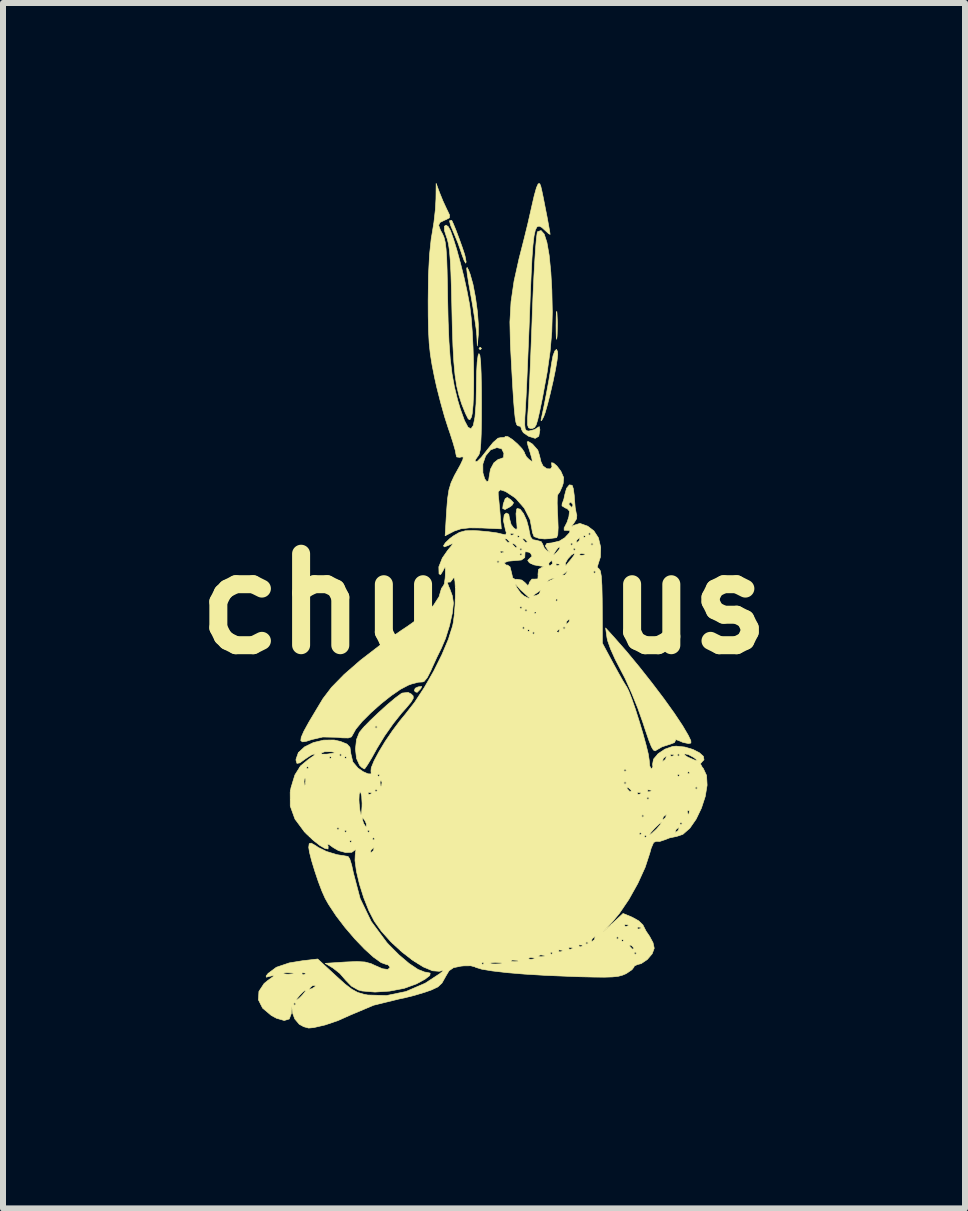
<source format=kicad_pcb>
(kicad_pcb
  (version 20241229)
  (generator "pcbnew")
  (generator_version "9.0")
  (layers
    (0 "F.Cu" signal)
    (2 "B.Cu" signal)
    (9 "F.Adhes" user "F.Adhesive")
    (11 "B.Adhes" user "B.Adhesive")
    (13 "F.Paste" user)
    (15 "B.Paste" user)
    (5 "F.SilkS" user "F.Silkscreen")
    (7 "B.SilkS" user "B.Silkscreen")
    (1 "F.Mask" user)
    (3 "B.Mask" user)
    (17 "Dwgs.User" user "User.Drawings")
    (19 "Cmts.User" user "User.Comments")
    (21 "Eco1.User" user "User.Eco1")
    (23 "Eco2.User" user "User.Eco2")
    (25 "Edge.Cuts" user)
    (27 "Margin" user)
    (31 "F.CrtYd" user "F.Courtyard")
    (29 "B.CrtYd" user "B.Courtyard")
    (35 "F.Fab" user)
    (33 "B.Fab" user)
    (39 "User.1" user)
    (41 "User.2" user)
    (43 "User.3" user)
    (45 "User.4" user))
  (footprint "chungus"
    (layer "F.Cu")
    (at 5.015 7.011)
    (property "Reference" "chungus" (at 0 0 0) (layer "F.SilkS") (effects (font (size 1.524 1.524) (thickness 0.3))))
    (attr through_hole)
    (fp_poly (pts (xy -0.042 -4.255) (xy -0.064 -4.233) (xy -0.085 -4.255) (xy -0.064 -4.276) (xy -0.042 -4.255)) (stroke (width 0.01) (type solid)) (fill yes) (layer "F.SilkS"))
    (fp_poly (pts (xy -1.051 1.408) (xy -1.061 1.421) (xy -1.114 1.475) (xy -1.146 1.466) (xy -1.161 1.444) (xy -1.146 1.406) (xy -1.098 1.384) (xy -1.039 1.376) (xy -1.051 1.408)) (stroke (width 0.01) (type solid)) (fill yes) (layer "F.SilkS"))
    (fp_poly (pts (xy 0.445 -1.735) (xy 0.447 -1.733) (xy 0.492 -1.684) (xy 0.468 -1.643) (xy 0.44 -1.621) (xy 0.35 -1.571) (xy 0.311 -1.588) (xy 0.32 -1.662) (xy 0.353 -1.752) (xy 0.388 -1.773) (xy 0.445 -1.735)) (stroke (width 0.01) (type solid)) (fill yes) (layer "F.SilkS"))
    (fp_poly (pts (xy 1.216 -4.838) (xy 1.223 -4.678) (xy 1.219 -4.501) (xy 1.217 -4.457) (xy 1.21 -4.407) (xy 1.204 -4.435) (xy 1.201 -4.532) (xy 1.2 -4.636) (xy 1.202 -4.779) (xy 1.206 -4.861) (xy 1.212 -4.873) (xy 1.216 -4.838)) (stroke (width 0.01) (type solid)) (fill yes) (layer "F.SilkS"))
    (fp_poly (pts (xy -0.258 -5.561) (xy -0.232 -5.493) (xy -0.184 -5.323) (xy -0.142 -5.103) (xy -0.11 -4.867) (xy -0.094 -4.647) (xy -0.095 -4.487) (xy -0.112 -4.297) (xy -0.12 -4.466) (xy -0.131 -4.579) (xy -0.155 -4.748) (xy -0.186 -4.949) (xy -0.212 -5.098) (xy -0.255 -5.337) (xy -0.28 -5.499) (xy -0.289 -5.587) (xy -0.282 -5.606) (xy -0.258 -5.561)) (stroke (width 0.01) (type solid)) (fill yes) (layer "F.SilkS"))
    (fp_poly (pts (xy -0.51 -6.329) (xy -0.464 -6.216) (xy -0.412 -6.077) (xy -0.362 -5.938) (xy -0.325 -5.827) (xy -0.315 -5.789) (xy -0.298 -5.696) (xy -0.306 -5.676) (xy -0.332 -5.721) (xy -0.37 -5.825) (xy -0.379 -5.853) (xy -0.435 -6.014) (xy -0.502 -6.176) (xy -0.512 -6.199) (xy -0.556 -6.304) (xy -0.574 -6.374) (xy -0.571 -6.386) (xy -0.538 -6.389) (xy -0.51 -6.329)) (stroke (width 0.01) (type solid)) (fill yes) (layer "F.SilkS"))
    (fp_poly (pts (xy 1.225 -4.203) (xy 1.228 -4.155) (xy 1.217 -4.056) (xy 1.19 -3.899) (xy 1.151 -3.709) (xy 1.105 -3.51) (xy 1.059 -3.327) (xy 1.018 -3.184) (xy 0.994 -3.118) (xy 0.959 -3.053) (xy 0.949 -3.054) (xy 0.951 -3.069) (xy 0.994 -3.269) (xy 1.039 -3.499) (xy 1.081 -3.728) (xy 1.113 -3.924) (xy 1.126 -4.011) (xy 1.149 -4.133) (xy 1.179 -4.213) (xy 1.207 -4.24) (xy 1.225 -4.203)) (stroke (width 0.01) (type solid)) (fill yes) (layer "F.SilkS"))
    (fp_poly (pts (xy -1.214 1.502) (xy -1.181 1.534) (xy -1.179 1.574) (xy -1.215 1.636) (xy -1.297 1.735) (xy -1.374 1.821) (xy -1.511 1.993) (xy -1.656 2.199) (xy -1.778 2.399) (xy -1.789 2.418) (xy -1.871 2.566) (xy -1.94 2.68) (xy -1.985 2.744) (xy -1.995 2.752) (xy -2.041 2.723) (xy -2.074 2.689) (xy -2.125 2.575) (xy -2.142 2.42) (xy -2.125 2.262) (xy -2.078 2.144) (xy -2.01 2.061) (xy -2.002 2.053) (xy -1.82 2.053) (xy -1.799 2.074) (xy -1.778 2.053) (xy -1.799 2.032) (xy -1.82 2.053) (xy -2.002 2.053) (xy -1.896 1.944) (xy -1.756 1.811) (xy -1.611 1.68) (xy -1.479 1.569) (xy -1.38 1.496) (xy -1.364 1.487) (xy -1.265 1.476) (xy -1.214 1.502)) (stroke (width 0.01) (type solid)) (fill yes) (layer "F.SilkS"))
    (fp_poly (pts (xy 1.003 -6.16) (xy 1.048 -6.021) (xy 1.085 -5.809) (xy 1.113 -5.526) (xy 1.13 -5.228) (xy 1.138 -4.863) (xy 1.129 -4.531) (xy 1.101 -4.206) (xy 1.052 -3.859) (xy 0.979 -3.462) (xy 0.969 -3.41) (xy 0.926 -3.203) (xy 0.894 -3.064) (xy 0.868 -2.98) (xy 0.841 -2.938) (xy 0.808 -2.923) (xy 0.776 -2.921) (xy 0.741 -2.934) (xy 0.725 -2.983) (xy 0.725 -3.086) (xy 0.733 -3.207) (xy 0.741 -3.321) (xy 0.75 -3.507) (xy 0.762 -3.75) (xy 0.774 -4.039) (xy 0.787 -4.36) (xy 0.8 -4.7) (xy 0.804 -4.826) (xy 0.817 -5.155) (xy 0.831 -5.456) (xy 0.846 -5.721) (xy 0.86 -5.937) (xy 0.874 -6.095) (xy 0.886 -6.184) (xy 0.891 -6.2) (xy 0.95 -6.22) (xy 1.003 -6.16)) (stroke (width 0.01) (type solid)) (fill yes) (layer "F.SilkS"))
    (fp_poly (pts (xy 2.18 0.572) (xy 2.379 0.799) (xy 2.589 1.053) (xy 2.798 1.318) (xy 2.996 1.579) (xy 3.17 1.822) (xy 3.309 2.031) (xy 3.403 2.191) (xy 3.446 2.281) (xy 3.447 2.32) (xy 3.407 2.328) (xy 3.406 2.328) (xy 3.315 2.309) (xy 3.252 2.282) (xy 3.195 2.261) (xy 3.19 2.277) (xy 3.172 2.312) (xy 3.094 2.342) (xy 3.082 2.345) (xy 2.965 2.383) (xy 2.881 2.432) (xy 2.851 2.45) (xy 2.822 2.436) (xy 2.789 2.381) (xy 2.746 2.273) (xy 2.687 2.1) (xy 2.648 1.981) (xy 2.562 1.738) (xy 2.458 1.482) (xy 2.352 1.246) (xy 2.276 1.1) (xy 2.184 0.922) (xy 2.108 0.752) (xy 2.06 0.616) (xy 2.049 0.567) (xy 2.026 0.402) (xy 2.18 0.572)) (stroke (width 0.01) (type solid)) (fill yes) (layer "F.SilkS"))
    (fp_poly (pts (xy -0.596 -6.284) (xy -0.558 -6.214) (xy -0.509 -6.077) (xy -0.452 -5.893) (xy -0.393 -5.676) (xy -0.335 -5.446) (xy -0.285 -5.218) (xy -0.245 -5.01) (xy -0.236 -4.953) (xy -0.214 -4.764) (xy -0.196 -4.533) (xy -0.183 -4.275) (xy -0.175 -4.007) (xy -0.172 -3.746) (xy -0.174 -3.509) (xy -0.183 -3.311) (xy -0.197 -3.169) (xy -0.21 -3.111) (xy -0.236 -3.067) (xy -0.263 -3.081) (xy -0.304 -3.163) (xy -0.314 -3.185) (xy -0.373 -3.332) (xy -0.419 -3.477) (xy -0.456 -3.633) (xy -0.483 -3.812) (xy -0.503 -4.029) (xy -0.518 -4.295) (xy -0.529 -4.624) (xy -0.535 -4.889) (xy -0.543 -5.24) (xy -0.552 -5.516) (xy -0.563 -5.728) (xy -0.576 -5.886) (xy -0.593 -6) (xy -0.613 -6.081) (xy -0.623 -6.107) (xy -0.659 -6.218) (xy -0.661 -6.291) (xy -0.633 -6.31) (xy -0.596 -6.284)) (stroke (width 0.01) (type solid)) (fill yes) (layer "F.SilkS"))
    (fp_poly (pts (xy -2.803 4.031) (xy -2.761 4.06) (xy -2.629 4.125) (xy -2.452 4.179) (xy -2.269 4.209) (xy -2.266 4.209) (xy -2.238 4.249) (xy -2.206 4.351) (xy -2.176 4.487) (xy -2.064 4.912) (xy -1.88 5.293) (xy -1.621 5.642) (xy -1.593 5.673) (xy -1.418 5.849) (xy -1.248 5.993) (xy -1.1 6.092) (xy -0.986 6.137) (xy -0.967 6.138) (xy -0.897 6.153) (xy -0.904 6.193) (xy -0.984 6.255) (xy -1.125 6.332) (xy -1.331 6.407) (xy -1.573 6.453) (xy -1.817 6.469) (xy -2.031 6.451) (xy -2.095 6.434) (xy -2.209 6.37) (xy -2.304 6.272) (xy -2.305 6.271) (xy -2.402 6.159) (xy -2.516 6.069) (xy -2.646 5.99) (xy -2.307 5.968) (xy -2.117 5.96) (xy -1.984 5.968) (xy -1.883 5.995) (xy -1.828 6.021) (xy -1.693 6.08) (xy -1.602 6.093) (xy -1.566 6.057) (xy -1.566 6.054) (xy -1.6 6.015) (xy -1.624 6.011) (xy -1.715 5.978) (xy -1.842 5.887) (xy -1.992 5.751) (xy -2.153 5.583) (xy -2.315 5.394) (xy -2.464 5.199) (xy -2.59 5.009) (xy -2.648 4.906) (xy -2.701 4.787) (xy -2.762 4.626) (xy -2.822 4.447) (xy -2.874 4.276) (xy -2.909 4.136) (xy -2.921 4.058) (xy -2.913 3.996) (xy -2.88 3.987) (xy -2.803 4.031)) (stroke (width 0.01) (type solid)) (fill yes) (layer "F.SilkS"))
    (fp_poly (pts (xy 0.945 -6.96) (xy 0.961 -6.893) (xy 0.987 -6.77) (xy 1.017 -6.616) (xy 1.049 -6.454) (xy 1.076 -6.307) (xy 1.095 -6.199) (xy 1.101 -6.155) (xy 1.075 -6.169) (xy 1.013 -6.226) (xy 1.011 -6.228) (xy 0.96 -6.274) (xy 0.917 -6.294) (xy 0.883 -6.281) (xy 0.855 -6.229) (xy 0.833 -6.129) (xy 0.815 -5.976) (xy 0.799 -5.761) (xy 0.785 -5.479) (xy 0.77 -5.122) (xy 0.764 -4.953) (xy 0.751 -4.612) (xy 0.737 -4.276) (xy 0.724 -3.961) (xy 0.712 -3.683) (xy 0.701 -3.458) (xy 0.692 -3.3) (xy 0.692 -3.291) (xy 0.68 -3.102) (xy 0.678 -2.982) (xy 0.686 -2.915) (xy 0.707 -2.885) (xy 0.742 -2.879) (xy 0.747 -2.879) (xy 0.843 -2.903) (xy 0.881 -2.929) (xy 0.92 -2.953) (xy 0.931 -2.901) (xy 0.931 -2.898) (xy 0.912 -2.792) (xy 0.853 -2.757) (xy 0.745 -2.791) (xy 0.738 -2.795) (xy 0.655 -2.852) (xy 0.624 -2.906) (xy 0.625 -2.912) (xy 0.608 -2.957) (xy 0.58 -2.963) (xy 0.561 -2.967) (xy 0.545 -2.985) (xy 0.531 -3.026) (xy 0.519 -3.097) (xy 0.507 -3.208) (xy 0.494 -3.367) (xy 0.48 -3.582) (xy 0.464 -3.862) (xy 0.445 -4.217) (xy 0.439 -4.332) (xy 0.431 -4.696) (xy 0.45 -5.034) (xy 0.5 -5.376) (xy 0.584 -5.754) (xy 0.612 -5.863) (xy 0.669 -6.087) (xy 0.729 -6.331) (xy 0.779 -6.55) (xy 0.786 -6.583) (xy 0.835 -6.796) (xy 0.873 -6.933) (xy 0.903 -6.999) (xy 0.928 -7.001) (xy 0.945 -6.96)) (stroke (width 0.01) (type solid)) (fill yes) (layer "F.SilkS"))
    (fp_poly (pts (xy -0.742 -6.854) (xy -0.683 -6.709) (xy -0.619 -6.571) (xy -0.617 -6.568) (xy -0.574 -6.477) (xy -0.578 -6.431) (xy -0.634 -6.401) (xy -0.655 -6.393) (xy -0.733 -6.355) (xy -0.756 -6.308) (xy -0.727 -6.227) (xy -0.69 -6.16) (xy -0.666 -6.103) (xy -0.647 -6.026) (xy -0.633 -5.916) (xy -0.622 -5.761) (xy -0.615 -5.55) (xy -0.609 -5.271) (xy -0.607 -5.122) (xy -0.598 -4.71) (xy -0.584 -4.367) (xy -0.563 -4.079) (xy -0.533 -3.831) (xy -0.492 -3.607) (xy -0.439 -3.393) (xy -0.396 -3.249) (xy -0.326 -3.054) (xy -0.267 -2.943) (xy -0.218 -2.916) (xy -0.179 -2.972) (xy -0.151 -3.111) (xy -0.133 -3.332) (xy -0.127 -3.637) (xy -0.127 -3.665) (xy -0.123 -3.867) (xy -0.114 -4.03) (xy -0.099 -4.136) (xy -0.085 -4.17) (xy -0.069 -4.139) (xy -0.056 -4.025) (xy -0.048 -3.831) (xy -0.043 -3.558) (xy -0.042 -3.352) (xy -0.043 -3.055) (xy -0.047 -2.831) (xy -0.054 -2.671) (xy -0.064 -2.562) (xy -0.08 -2.496) (xy -0.101 -2.46) (xy -0.105 -2.456) (xy -0.147 -2.395) (xy -0.144 -2.364) (xy -0.11 -2.376) (xy -0.043 -2.443) (xy 0.043 -2.552) (xy 0.047 -2.558) (xy 0.152 -2.689) (xy 0.233 -2.76) (xy 0.272 -2.768) (xy 0.339 -2.773) (xy 0.357 -2.789) (xy 0.397 -2.786) (xy 0.471 -2.739) (xy 0.556 -2.666) (xy 0.631 -2.587) (xy 0.674 -2.522) (xy 0.677 -2.506) (xy 0.707 -2.449) (xy 0.748 -2.408) (xy 0.786 -2.378) (xy 0.803 -2.374) (xy 0.799 -2.412) (xy 0.773 -2.505) (xy 0.733 -2.635) (xy 0.718 -2.699) (xy 0.741 -2.703) (xy 0.807 -2.662) (xy 0.896 -2.561) (xy 0.924 -2.472) (xy 0.95 -2.364) (xy 0.983 -2.297) (xy 1.046 -2.251) (xy 1.107 -2.248) (xy 1.133 -2.283) (xy 1.129 -2.305) (xy 1.124 -2.351) (xy 1.158 -2.345) (xy 1.214 -2.297) (xy 1.274 -2.218) (xy 1.282 -2.206) (xy 1.327 -2.103) (xy 1.319 -2.006) (xy 1.302 -1.954) (xy 1.262 -1.864) (xy 1.231 -1.821) (xy 1.229 -1.82) (xy 1.221 -1.781) (xy 1.219 -1.677) (xy 1.224 -1.528) (xy 1.228 -1.46) (xy 1.235 -1.27) (xy 1.229 -1.154) (xy 1.21 -1.104) (xy 1.199 -1.101) (xy 1.113 -1.09) (xy 1.094 -1.086) (xy 1.011 -1.081) (xy 0.921 -1.089) (xy 0.833 -1.12) (xy 0.805 -1.193) (xy 0.804 -1.208) (xy 0.768 -1.402) (xy 0.671 -1.594) (xy 0.531 -1.754) (xy 0.495 -1.782) (xy 0.358 -1.872) (xy 0.273 -1.9) (xy 0.236 -1.867) (xy 0.237 -1.81) (xy 0.248 -1.714) (xy 0.261 -1.572) (xy 0.269 -1.482) (xy 0.288 -1.249) (xy -0.04 -1.264) (xy -0.242 -1.266) (xy -0.385 -1.25) (xy -0.495 -1.213) (xy -0.508 -1.206) (xy -0.648 -1.134) (xy -0.624 -1.542) (xy -0.608 -1.748) (xy -0.585 -1.898) (xy -0.549 -2.018) (xy -0.493 -2.138) (xy -0.469 -2.181) (xy -0.389 -2.326) (xy -0.388 -2.329) (xy -0.02 -2.329) (xy -0.019 -2.183) (xy 0.012 -2.081) (xy 0.048 -2.034) (xy 0.076 -2.051) (xy 0.085 -2.115) (xy 0.107 -2.242) (xy 0.164 -2.349) (xy 0.238 -2.408) (xy 0.264 -2.413) (xy 0.324 -2.436) (xy 0.331 -2.508) (xy 0.294 -2.584) (xy 0.214 -2.603) (xy 0.109 -2.565) (xy 0.027 -2.466) (xy -0.02 -2.329) (xy -0.388 -2.329) (xy -0.35 -2.411) (xy -0.348 -2.448) (xy -0.382 -2.447) (xy -0.402 -2.44) (xy -0.456 -2.447) (xy -0.467 -2.488) (xy -0.48 -2.559) (xy -0.517 -2.687) (xy -0.569 -2.849) (xy -0.594 -2.921) (xy -0.657 -3.117) (xy -0.725 -3.361) (xy -0.79 -3.616) (xy -0.826 -3.779) (xy -0.866 -3.981) (xy -0.895 -4.162) (xy -0.914 -4.344) (xy -0.925 -4.548) (xy -0.93 -4.798) (xy -0.931 -5.049) (xy -0.926 -5.472) (xy -0.908 -5.818) (xy -0.88 -6.084) (xy -0.868 -6.153) (xy -0.835 -6.356) (xy -0.811 -6.569) (xy -0.801 -6.745) (xy -0.798 -7.006) (xy -0.742 -6.854)) (stroke (width 0.01) (type solid)) (fill yes) (layer "F.SilkS"))
    (fp_poly (pts (xy 1.468 -1.975) (xy 1.488 -1.918) (xy 1.503 -1.807) (xy 1.508 -1.735) (xy 1.519 -1.604) (xy 1.537 -1.506) (xy 1.546 -1.48) (xy 1.542 -1.418) (xy 1.496 -1.342) (xy 1.451 -1.285) (xy 1.461 -1.285) (xy 1.49 -1.306) (xy 1.598 -1.34) (xy 1.727 -1.294) (xy 1.83 -1.216) (xy 1.906 -1.099) (xy 1.944 -0.941) (xy 1.939 -0.779) (xy 1.907 -0.681) (xy 1.886 -0.61) (xy 1.916 -0.582) (xy 1.938 -0.549) (xy 1.954 -0.46) (xy 1.964 -0.307) (xy 1.969 -0.083) (xy 1.97 0.046) (xy 1.972 0.656) (xy 2.154 0.995) (xy 2.239 1.15) (xy 2.312 1.28) (xy 2.362 1.362) (xy 2.374 1.379) (xy 2.41 1.45) (xy 2.462 1.583) (xy 2.523 1.758) (xy 2.586 1.957) (xy 2.647 2.16) (xy 2.699 2.348) (xy 2.736 2.499) (xy 2.751 2.596) (xy 2.752 2.603) (xy 2.761 2.701) (xy 2.785 2.75) (xy 2.79 2.752) (xy 2.813 2.718) (xy 2.808 2.673) (xy 2.818 2.622) (xy 2.974 2.622) (xy 2.98 2.625) (xy 3.018 2.595) (xy 3.027 2.582) (xy 3.038 2.543) (xy 3.032 2.54) (xy 2.993 2.57) (xy 2.985 2.582) (xy 2.974 2.622) (xy 2.818 2.622) (xy 2.825 2.587) (xy 2.889 2.512) (xy 3.104 2.512) (xy 3.11 2.537) (xy 3.133 2.54) (xy 3.168 2.525) (xy 3.165 2.519) (xy 3.217 2.519) (xy 3.239 2.54) (xy 3.26 2.519) (xy 3.256 2.515) (xy 3.335 2.515) (xy 3.389 2.551) (xy 3.408 2.56) (xy 3.517 2.607) (xy 3.555 2.615) (xy 3.525 2.584) (xy 3.495 2.56) (xy 3.404 2.511) (xy 3.347 2.5) (xy 3.335 2.515) (xy 3.256 2.515) (xy 3.239 2.498) (xy 3.217 2.519) (xy 3.165 2.519) (xy 3.161 2.512) (xy 3.111 2.507) (xy 3.104 2.512) (xy 2.889 2.512) (xy 2.901 2.497) (xy 3.015 2.421) (xy 3.143 2.376) (xy 3.201 2.371) (xy 3.345 2.386) (xy 3.48 2.426) (xy 3.588 2.481) (xy 3.655 2.541) (xy 3.665 2.599) (xy 3.637 2.627) (xy 3.605 2.665) (xy 3.636 2.723) (xy 3.653 2.742) (xy 3.708 2.86) (xy 3.717 3.022) (xy 3.686 3.21) (xy 3.622 3.405) (xy 3.534 3.588) (xy 3.429 3.739) (xy 3.313 3.841) (xy 3.212 3.875) (xy 3.092 3.9) (xy 3.019 3.929) (xy 2.926 3.96) (xy 2.871 3.957) (xy 2.826 3.976) (xy 2.785 4.071) (xy 2.763 4.151) (xy 2.685 4.39) (xy 2.563 4.658) (xy 2.413 4.926) (xy 2.252 5.163) (xy 2.144 5.292) (xy 2.038 5.406) (xy 1.988 5.461) (xy 1.994 5.459) (xy 2.054 5.404) (xy 2.069 5.39) (xy 2.554 5.39) (xy 2.56 5.416) (xy 2.582 5.419) (xy 2.617 5.403) (xy 2.611 5.39) (xy 2.56 5.385) (xy 2.554 5.39) (xy 2.069 5.39) (xy 2.114 5.348) (xy 2.342 5.348) (xy 2.348 5.373) (xy 2.371 5.376) (xy 2.406 5.361) (xy 2.399 5.348) (xy 2.349 5.343) (xy 2.342 5.348) (xy 2.114 5.348) (xy 2.121 5.341) (xy 2.317 5.159) (xy 2.471 5.223) (xy 2.578 5.283) (xy 2.647 5.35) (xy 2.654 5.364) (xy 2.7 5.454) (xy 2.759 5.541) (xy 2.816 5.647) (xy 2.836 5.739) (xy 2.802 5.831) (xy 2.72 5.927) (xy 2.619 5.995) (xy 2.555 6.011) (xy 2.503 6.036) (xy 2.498 6.053) (xy 2.464 6.097) (xy 2.38 6.154) (xy 2.361 6.165) (xy 2.303 6.189) (xy 2.234 6.207) (xy 2.138 6.217) (xy 2.004 6.221) (xy 1.819 6.219) (xy 1.568 6.213) (xy 1.409 6.207) (xy 1.023 6.191) (xy 0.676 6.17) (xy 0.378 6.145) (xy 0.138 6.117) (xy -0.038 6.088) (xy -0.139 6.057) (xy -0.153 6.049) (xy -0.22 6.031) (xy -0.335 6.032) (xy -0.385 6.037) (xy -0.509 6.063) (xy -0.583 6.114) (xy -0.643 6.215) (xy -0.648 6.225) (xy -0.701 6.319) (xy -0.769 6.383) (xy -0.877 6.434) (xy -0.986 6.472) (xy -1.156 6.523) (xy -1.322 6.565) (xy -1.418 6.585) (xy -1.838 6.688) (xy -2.223 6.85) (xy -2.433 6.944) (xy -2.648 7.017) (xy -2.838 7.061) (xy -2.922 7.069) (xy -3.005 7.046) (xy -3.078 7.006) (xy -3.154 6.916) (xy -3.187 6.826) (xy -3.205 6.71) (xy -3.211 6.826) (xy -3.245 6.917) (xy -3.329 6.943) (xy -3.459 6.905) (xy -3.543 6.86) (xy -3.689 6.737) (xy -3.724 6.668) (xy -3.175 6.668) (xy -3.154 6.689) (xy -3.133 6.668) (xy -3.154 6.646) (xy -3.175 6.668) (xy -3.724 6.668) (xy -3.756 6.604) (xy -3.125 6.604) (xy -3.084 6.576) (xy -3.027 6.519) (xy -2.978 6.458) (xy -2.971 6.435) (xy -3.012 6.462) (xy -3.069 6.519) (xy -3.118 6.581) (xy -3.125 6.604) (xy -3.756 6.604) (xy -3.759 6.599) (xy -3.751 6.458) (xy -3.728 6.423) (xy -2.917 6.423) (xy -2.874 6.414) (xy -2.866 6.411) (xy -2.814 6.377) (xy -2.814 6.358) (xy -2.859 6.363) (xy -2.89 6.387) (xy -2.917 6.423) (xy -3.728 6.423) (xy -3.665 6.327) (xy -3.598 6.272) (xy -3.516 6.213) (xy -3.502 6.192) (xy -3.553 6.202) (xy -3.556 6.203) (xy -3.628 6.221) (xy -3.63 6.2) (xy -3.602 6.164) (xy -3.347 6.164) (xy -3.288 6.17) (xy -3.26 6.171) (xy -3.183 6.166) (xy -3.174 6.155) (xy -3.183 6.152) (xy -3.034 6.152) (xy -3.028 6.178) (xy -3.006 6.181) (xy -2.971 6.165) (xy -2.977 6.152) (xy -3.028 6.147) (xy -3.034 6.152) (xy -3.183 6.152) (xy -3.186 6.151) (xy -3.293 6.145) (xy -3.334 6.151) (xy -3.347 6.164) (xy -3.602 6.164) (xy -3.598 6.159) (xy -3.461 6.056) (xy -3.245 5.983) (xy -3.024 5.947) (xy -2.771 5.918) (xy -2.467 6.199) (xy -2.317 6.335) (xy -2.203 6.422) (xy -2.106 6.475) (xy -2.002 6.506) (xy -1.937 6.518) (xy -1.624 6.527) (xy -1.301 6.46) (xy -0.981 6.322) (xy -0.741 6.165) (xy -0.683 6.118) (xy -0.693 6.11) (xy -0.746 6.123) (xy -0.86 6.114) (xy -1.012 6.05) (xy -1.108 5.99) (xy -0.042 5.99) (xy -0.021 6.011) (xy -0.002 5.993) (xy 0.093 5.993) (xy 0.144 6) (xy 0.191 6.001) (xy 0.278 5.997) (xy 0.3 5.988) (xy 0.286 5.982) (xy 0.185 5.974) (xy 0.117 5.981) (xy 0.093 5.993) (xy -0.002 5.993) (xy 0 5.99) (xy -0.021 5.969) (xy -0.042 5.99) (xy -1.108 5.99) (xy -1.162 5.956) (xy 0.45 5.956) (xy 0.508 5.962) (xy 0.568 5.956) (xy 0.561 5.941) (xy 0.474 5.935) (xy 0.455 5.941) (xy 0.45 5.956) (xy -1.162 5.956) (xy -1.188 5.94) (xy -1.218 5.917) (xy 0.738 5.917) (xy 0.78 5.923) (xy 0.835 5.916) (xy 0.835 5.901) (xy 0.779 5.891) (xy 0.754 5.898) (xy 0.738 5.917) (xy -1.218 5.917) (xy -1.273 5.874) (xy 0.907 5.874) (xy 0.949 5.881) (xy 1.004 5.873) (xy 1.005 5.859) (xy 0.948 5.849) (xy 0.923 5.855) (xy 0.907 5.874) (xy -1.273 5.874) (xy -1.342 5.821) (xy 1.101 5.821) (xy 1.122 5.842) (xy 1.143 5.821) (xy 2.498 5.821) (xy 2.519 5.842) (xy 2.54 5.821) (xy 2.519 5.8) (xy 2.498 5.821) (xy 1.143 5.821) (xy 1.122 5.8) (xy 1.101 5.821) (xy -1.342 5.821) (xy -1.372 5.798) (xy -1.4 5.771) (xy 1.242 5.771) (xy 1.248 5.797) (xy 1.27 5.8) (xy 1.305 5.784) (xy 1.298 5.771) (xy 1.248 5.766) (xy 1.242 5.771) (xy -1.4 5.771) (xy -1.446 5.729) (xy 1.411 5.729) (xy 1.417 5.754) (xy 1.439 5.757) (xy 1.474 5.742) (xy 1.468 5.729) (xy 1.417 5.724) (xy 1.411 5.729) (xy -1.446 5.729) (xy -1.492 5.687) (xy 1.58 5.687) (xy 1.586 5.712) (xy 1.609 5.715) (xy 1.644 5.7) (xy 1.637 5.687) (xy 1.617 5.685) (xy 2.42 5.685) (xy 2.43 5.708) (xy 2.473 5.754) (xy 2.497 5.745) (xy 2.498 5.739) (xy 2.468 5.703) (xy 2.449 5.69) (xy 2.42 5.685) (xy 1.617 5.685) (xy 1.587 5.682) (xy 1.58 5.687) (xy -1.492 5.687) (xy -1.53 5.652) (xy 1.693 5.652) (xy 1.714 5.673) (xy 1.736 5.652) (xy 1.714 5.63) (xy 1.693 5.652) (xy -1.53 5.652) (xy -1.55 5.633) (xy -1.555 5.628) (xy 1.788 5.628) (xy 1.794 5.63) (xy 1.822 5.609) (xy 2.286 5.609) (xy 2.307 5.63) (xy 2.328 5.609) (xy 2.307 5.588) (xy 2.286 5.609) (xy 1.822 5.609) (xy 1.833 5.601) (xy 1.841 5.588) (xy 1.847 5.567) (xy 2.201 5.567) (xy 2.223 5.588) (xy 2.244 5.567) (xy 2.223 5.546) (xy 2.201 5.567) (xy 1.847 5.567) (xy 1.852 5.548) (xy 1.846 5.546) (xy 1.808 5.575) (xy 1.799 5.588) (xy 1.788 5.628) (xy -1.555 5.628) (xy -1.709 5.456) (xy -1.827 5.29) (xy -1.919 5.112) (xy -2.004 4.898) (xy -2.075 4.672) (xy -2.126 4.457) (xy -2.15 4.277) (xy -2.146 4.181) (xy -2.141 4.146) (xy -1.895 4.146) (xy -1.889 4.149) (xy -1.85 4.119) (xy -1.841 4.106) (xy -1.831 4.067) (xy -1.837 4.064) (xy -1.875 4.094) (xy -1.884 4.106) (xy -1.895 4.146) (xy -2.141 4.146) (xy -2.136 4.104) (xy -2.141 4.089) (xy -2.144 4.096) (xy -2.203 4.14) (xy -2.306 4.144) (xy -2.425 4.112) (xy -2.513 4.061) (xy -2.585 4.009) (xy -2.606 4.012) (xy -2.597 4.044) (xy -2.599 4.085) (xy -2.65 4.076) (xy -2.736 4.026) (xy -2.822 3.958) (xy -2.244 3.958) (xy -2.223 3.979) (xy -2.201 3.958) (xy -2.223 3.937) (xy -2.244 3.958) (xy -2.822 3.958) (xy -2.843 3.942) (xy -2.871 3.916) (xy -1.863 3.916) (xy -1.841 3.937) (xy -1.82 3.916) (xy -1.841 3.895) (xy -1.863 3.916) (xy -2.871 3.916) (xy -2.916 3.873) (xy 2.667 3.873) (xy 2.688 3.895) (xy 2.709 3.873) (xy 2.688 3.852) (xy 2.667 3.873) (xy -2.916 3.873) (xy -2.958 3.834) (xy -2.961 3.831) (xy 2.582 3.831) (xy 2.603 3.852) (xy 2.604 3.851) (xy 2.756 3.851) (xy 2.758 3.852) (xy 2.798 3.825) (xy 2.816 3.807) (xy 3.185 3.807) (xy 3.191 3.81) (xy 3.23 3.78) (xy 3.239 3.768) (xy 3.249 3.728) (xy 3.243 3.725) (xy 3.205 3.755) (xy 3.196 3.768) (xy 3.185 3.807) (xy 2.816 3.807) (xy 2.869 3.757) (xy 2.879 3.747) (xy 2.939 3.677) (xy 2.947 3.662) (xy 3.26 3.662) (xy 3.281 3.683) (xy 3.302 3.662) (xy 3.281 3.641) (xy 3.26 3.662) (xy 2.947 3.662) (xy 2.959 3.642) (xy 2.957 3.641) (xy 2.917 3.668) (xy 2.846 3.736) (xy 2.836 3.747) (xy 2.776 3.816) (xy 2.756 3.851) (xy 2.604 3.851) (xy 2.625 3.831) (xy 2.603 3.81) (xy 2.582 3.831) (xy -2.961 3.831) (xy -2.995 3.796) (xy -3 3.789) (xy -2.328 3.789) (xy -2.307 3.81) (xy -2.286 3.789) (xy -1.947 3.789) (xy -1.926 3.81) (xy -1.905 3.789) (xy -1.926 3.768) (xy -1.947 3.789) (xy -2.286 3.789) (xy -2.307 3.768) (xy -2.328 3.789) (xy -3 3.789) (xy -3.031 3.747) (xy -2.455 3.747) (xy -2.434 3.768) (xy -2.413 3.747) (xy -2.434 3.725) (xy -2.455 3.747) (xy -3.031 3.747) (xy -3.151 3.585) (xy -2.029 3.585) (xy -2.006 3.66) (xy -1.974 3.709) (xy -1.959 3.709) (xy -1.962 3.662) (xy -1.984 3.612) (xy -1.997 3.596) (xy 2.974 3.596) (xy 2.98 3.598) (xy 3.018 3.569) (xy 3.027 3.556) (xy 3.038 3.516) (xy 3.032 3.514) (xy 2.993 3.543) (xy 2.985 3.556) (xy 2.974 3.596) (xy -1.997 3.596) (xy -2.022 3.562) (xy -2.029 3.585) (xy -3.151 3.585) (xy -3.151 3.584) (xy -3.169 3.535) (xy 2.625 3.535) (xy 2.646 3.556) (xy 2.667 3.535) (xy 2.646 3.514) (xy 2.625 3.535) (xy -3.169 3.535) (xy -3.229 3.369) (xy -3.229 3.266) (xy -2.084 3.266) (xy -2.081 3.323) (xy -2.069 3.437) (xy -2.055 3.505) (xy -2.049 3.514) (xy -2.039 3.476) (xy -2.039 3.471) (xy 3.387 3.471) (xy 3.402 3.506) (xy 3.415 3.5) (xy 3.42 3.449) (xy 3.415 3.443) (xy 3.39 3.449) (xy 3.387 3.471) (xy -2.039 3.471) (xy -2.033 3.38) (xy -2.032 3.323) (xy -2.037 3.239) (xy 2.709 3.239) (xy 2.731 3.26) (xy 2.752 3.239) (xy 2.731 3.217) (xy 2.709 3.239) (xy -2.037 3.239) (xy -2.038 3.21) (xy -2.053 3.147) (xy -1.933 3.147) (xy -1.927 3.172) (xy -1.905 3.175) (xy -1.87 3.16) (xy -1.877 3.147) (xy 2.554 3.147) (xy 2.56 3.172) (xy 2.582 3.175) (xy 2.617 3.16) (xy 2.611 3.147) (xy 2.56 3.142) (xy 2.554 3.147) (xy -1.877 3.147) (xy -1.927 3.142) (xy -1.933 3.147) (xy -2.053 3.147) (xy -2.054 3.141) (xy -2.064 3.133) (xy -2.08 3.17) (xy -2.084 3.266) (xy -3.229 3.266) (xy -3.23 3.138) (xy -3.225 3.111) (xy -1.82 3.111) (xy -1.799 3.133) (xy -1.778 3.111) (xy -1.799 3.09) (xy -1.82 3.111) (xy -3.225 3.111) (xy -3.216 3.062) (xy -3.215 3.06) (xy 2.377 3.06) (xy 2.388 3.084) (xy 2.43 3.129) (xy 2.455 3.12) (xy 2.455 3.114) (xy 2.447 3.104) (xy 2.723 3.104) (xy 2.729 3.13) (xy 2.752 3.133) (xy 2.787 3.117) (xy 2.78 3.104) (xy 2.73 3.099) (xy 2.723 3.104) (xy 2.447 3.104) (xy 2.425 3.078) (xy 2.412 3.069) (xy 3.514 3.069) (xy 3.535 3.09) (xy 3.556 3.069) (xy 3.535 3.048) (xy 3.514 3.069) (xy 2.412 3.069) (xy 2.406 3.065) (xy 2.377 3.06) (xy -3.215 3.06) (xy -3.186 2.963) (xy -2.999 2.963) (xy -2.992 3.023) (xy -2.978 3.016) (xy -2.975 2.981) (xy -1.732 2.981) (xy -1.725 3.036) (xy -1.71 3.037) (xy -1.701 2.985) (xy 2.328 2.985) (xy 2.349 3.006) (xy 2.371 2.985) (xy 2.349 2.963) (xy 2.328 2.985) (xy -1.701 2.985) (xy -1.7 2.98) (xy -1.707 2.955) (xy -1.726 2.939) (xy -1.732 2.981) (xy -2.975 2.981) (xy -2.972 2.93) (xy -2.978 2.91) (xy -2.993 2.905) (xy -2.999 2.963) (xy -3.186 2.963) (xy -3.153 2.857) (xy -1.778 2.857) (xy -1.757 2.879) (xy -1.736 2.857) (xy 3.217 2.857) (xy 3.239 2.879) (xy 3.26 2.857) (xy 3.239 2.836) (xy 3.217 2.857) (xy -1.736 2.857) (xy -1.757 2.836) (xy -1.778 2.857) (xy -3.153 2.857) (xy -3.152 2.852) (xy -3.076 2.731) (xy -2.963 2.731) (xy -2.942 2.752) (xy -2.921 2.731) (xy -2.942 2.709) (xy -2.963 2.731) (xy -3.076 2.731) (xy -3.059 2.703) (xy -2.922 2.589) (xy -2.908 2.58) (xy -2.88 2.561) (xy -2.582 2.561) (xy -2.561 2.582) (xy -2.54 2.561) (xy -2.328 2.561) (xy -2.307 2.582) (xy -2.286 2.561) (xy -2.307 2.54) (xy -2.328 2.561) (xy -2.54 2.561) (xy -2.561 2.54) (xy -2.582 2.561) (xy -2.88 2.561) (xy -2.834 2.529) (xy -2.827 2.519) (xy -2.413 2.519) (xy -2.392 2.54) (xy -2.371 2.519) (xy -2.392 2.498) (xy -2.413 2.519) (xy -2.827 2.519) (xy -2.813 2.5) (xy -2.82 2.498) (xy -2.884 2.522) (xy -2.972 2.58) (xy -2.975 2.582) (xy -3.069 2.65) (xy -3.117 2.659) (xy -3.132 2.611) (xy -3.133 2.59) (xy -3.096 2.486) (xy -2.714 2.486) (xy -2.704 2.505) (xy -2.626 2.505) (xy -2.593 2.501) (xy -2.497 2.486) (xy -2.48 2.476) (xy -2.536 2.466) (xy -2.556 2.464) (xy -2.656 2.465) (xy -2.714 2.486) (xy -3.096 2.486) (xy -3.094 2.48) (xy -2.991 2.384) (xy -2.844 2.312) (xy -2.672 2.271) (xy -2.498 2.269) (xy -2.392 2.293) (xy -2.283 2.337) (xy -2.234 2.39) (xy -2.221 2.478) (xy -2.22 2.493) (xy -2.186 2.635) (xy -2.101 2.736) (xy -2.014 2.797) (xy -1.934 2.832) (xy -1.883 2.835) (xy -1.881 2.815) (xy 3.387 2.815) (xy 3.408 2.836) (xy 3.429 2.815) (xy 3.408 2.794) (xy 3.387 2.815) (xy -1.881 2.815) (xy -1.881 2.8) (xy -1.884 2.794) (xy -1.883 2.773) (xy 2.328 2.773) (xy 2.349 2.794) (xy 2.371 2.773) (xy 2.349 2.752) (xy 2.328 2.773) (xy -1.883 2.773) (xy -1.879 2.731) (xy -1.832 2.616) (xy -1.751 2.465) (xy -1.647 2.293) (xy -1.526 2.115) (xy -1.4 1.947) (xy -1.314 1.843) (xy -1.157 1.642) (xy -0.995 1.395) (xy -0.839 1.123) (xy -0.702 0.847) (xy -0.593 0.589) (xy -0.576 0.534) (xy 0.968 0.534) (xy 1.024 0.542) (xy 1.037 0.542) (xy 1.109 0.538) (xy 1.116 0.524) (xy 1.112 0.523) (xy 1.028 0.514) (xy 0.985 0.521) (xy 0.968 0.534) (xy -0.576 0.534) (xy -0.561 0.487) (xy 0.804 0.487) (xy 0.826 0.508) (xy 0.828 0.505) (xy 1.196 0.505) (xy 1.202 0.508) (xy 1.24 0.478) (xy 1.249 0.466) (xy 1.26 0.426) (xy 1.254 0.423) (xy 1.215 0.453) (xy 1.206 0.466) (xy 1.196 0.505) (xy 0.828 0.505) (xy 0.847 0.487) (xy 0.826 0.466) (xy 0.804 0.487) (xy -0.561 0.487) (xy -0.548 0.445) (xy 0.72 0.445) (xy 0.741 0.466) (xy 0.762 0.445) (xy 0.741 0.423) (xy 0.72 0.445) (xy -0.548 0.445) (xy -0.534 0.402) (xy 0.635 0.402) (xy 0.656 0.423) (xy 0.677 0.402) (xy 1.312 0.402) (xy 1.333 0.423) (xy 1.355 0.402) (xy 1.333 0.381) (xy 1.312 0.402) (xy 0.677 0.402) (xy 0.656 0.381) (xy 0.635 0.402) (xy -0.534 0.402) (xy -0.524 0.369) (xy -0.517 0.336) (xy 1.365 0.336) (xy 1.371 0.339) (xy 1.409 0.309) (xy 1.418 0.296) (xy 1.429 0.257) (xy 1.423 0.254) (xy 1.385 0.284) (xy 1.376 0.296) (xy 1.365 0.336) (xy -0.517 0.336) (xy -0.513 0.318) (xy -0.495 0.184) (xy -0.493 0.157) (xy 0.831 0.157) (xy 0.889 0.163) (xy 0.949 0.156) (xy 0.942 0.141) (xy 0.855 0.136) (xy 0.836 0.141) (xy 0.831 0.157) (xy -0.493 0.157) (xy -0.489 0.106) (xy 0.677 0.106) (xy 0.699 0.127) (xy 0.72 0.106) (xy 1.016 0.106) (xy 1.037 0.127) (xy 1.058 0.106) (xy 1.037 0.085) (xy 1.016 0.106) (xy 0.72 0.106) (xy 0.699 0.085) (xy 0.677 0.106) (xy -0.489 0.106) (xy -0.486 0.064) (xy 0.593 0.064) (xy 0.614 0.085) (xy 0.635 0.064) (xy 0.614 0.042) (xy 0.593 0.064) (xy -0.486 0.064) (xy -0.483 0.031) (xy -0.48 -0.064) (xy 1.185 -0.064) (xy 1.206 -0.042) (xy 1.228 -0.064) (xy 1.206 -0.085) (xy 1.185 -0.064) (xy -0.48 -0.064) (xy -0.478 -0.123) (xy -0.478 -0.263) (xy -0.479 -0.275) (xy -0.423 -0.275) (xy -0.402 -0.254) (xy -0.381 -0.275) (xy -0.402 -0.296) (xy -0.423 -0.275) (xy -0.479 -0.275) (xy -0.482 -0.332) (xy 0.523 -0.332) (xy 0.526 -0.314) (xy 0.549 -0.266) (xy 0.614 -0.174) (xy 0.667 -0.13) (xy 0.744 -0.092) (xy 0.76 -0.098) (xy 0.727 -0.127) (xy 0.823 -0.127) (xy 0.879 -0.144) (xy 0.933 -0.17) (xy 1.02 -0.231) (xy 1.117 -0.316) (xy 1.119 -0.318) (xy 1.184 -0.388) (xy 1.191 -0.417) (xy 1.143 -0.423) (xy 1.141 -0.423) (xy 1.073 -0.396) (xy 1.058 -0.359) (xy 1.025 -0.297) (xy 0.943 -0.225) (xy 0.921 -0.211) (xy 0.836 -0.152) (xy 0.823 -0.127) (xy 0.727 -0.127) (xy 0.706 -0.146) (xy 0.706 -0.146) (xy 0.613 -0.23) (xy 0.566 -0.282) (xy 0.523 -0.332) (xy -0.482 -0.332) (xy -0.484 -0.372) (xy -0.496 -0.433) (xy -0.514 -0.429) (xy -0.518 -0.419) (xy -0.56 -0.363) (xy -0.596 -0.362) (xy -0.61 -0.349) (xy -0.586 -0.282) (xy -0.575 -0.261) (xy -0.528 -0.133) (xy -0.51 -0.013) (xy -0.529 0.158) (xy -0.576 0.366) (xy -0.641 0.575) (xy -0.712 0.741) (xy -0.784 0.887) (xy -0.861 1.055) (xy -0.887 1.115) (xy -0.946 1.23) (xy -1 1.295) (xy -1.025 1.302) (xy -1.093 1.306) (xy -1.205 1.335) (xy -1.258 1.354) (xy -1.389 1.422) (xy -1.549 1.532) (xy -1.72 1.668) (xy -1.887 1.817) (xy -2.032 1.962) (xy -2.137 2.089) (xy -2.184 2.173) (xy -2.209 2.217) (xy -2.262 2.235) (xy -2.364 2.233) (xy -2.449 2.224) (xy -2.686 2.219) (xy -2.868 2.261) (xy -2.962 2.291) (xy -3.024 2.3) (xy -3.053 2.28) (xy -3.046 2.224) (xy -3.002 2.123) (xy -2.919 1.972) (xy -2.793 1.761) (xy -2.684 1.58) (xy -2.542 1.393) (xy -2.332 1.178) (xy -2.061 0.942) (xy -1.739 0.694) (xy -1.374 0.44) (xy -1.27 0.371) (xy -1.016 0.19) (xy -0.843 0.027) (xy -0.749 -0.119) (xy -0.735 -0.168) (xy -0.709 -0.257) (xy -0.681 -0.296) (xy -0.68 -0.296) (xy -0.661 -0.334) (xy -0.648 -0.429) (xy -0.645 -0.476) (xy -0.643 -0.582) (xy -0.65 -0.613) (xy -0.672 -0.576) (xy -0.684 -0.55) (xy -0.723 -0.487) (xy -0.75 -0.499) (xy -0.753 -0.617) (xy -0.72 -0.699) (xy 0.212 -0.699) (xy 0.233 -0.677) (xy 0.339 -0.677) (xy 0.371 -0.645) (xy 0.392 -0.646) (xy 0.433 -0.616) (xy 0.457 -0.523) (xy 0.478 -0.431) (xy 0.521 -0.406) (xy 0.545 -0.41) (xy 0.629 -0.396) (xy 0.68 -0.356) (xy 0.728 -0.306) (xy 0.748 -0.324) (xy 0.755 -0.357) (xy 0.798 -0.412) (xy 0.844 -0.412) (xy 0.897 -0.415) (xy 0.899 -0.439) (xy 1.27 -0.439) (xy 1.291 -0.427) (xy 1.347 -0.481) (xy 1.36 -0.497) (xy 1.383 -0.529) (xy 1.82 -0.529) (xy 1.841 -0.508) (xy 1.863 -0.529) (xy 1.841 -0.55) (xy 1.82 -0.529) (xy 1.383 -0.529) (xy 1.397 -0.548) (xy 1.375 -0.537) (xy 1.344 -0.513) (xy 1.285 -0.461) (xy 1.27 -0.439) (xy 0.899 -0.439) (xy 0.901 -0.476) (xy 0.899 -0.489) (xy 0.907 -0.573) (xy 0.959 -0.605) (xy 0.998 -0.621) (xy 0.956 -0.629) (xy 0.931 -0.631) (xy 0.831 -0.649) (xy 0.771 -0.677) (xy 1.079 -0.677) (xy 1.083 -0.638) (xy 1.098 -0.635) (xy 1.138 -0.663) (xy 1.199 -0.663) (xy 1.205 -0.638) (xy 1.228 -0.635) (xy 1.263 -0.65) (xy 1.256 -0.663) (xy 1.216 -0.667) (xy 1.355 -0.667) (xy 1.362 -0.635) (xy 1.366 -0.639) (xy 1.398 -0.68) (xy 1.457 -0.751) (xy 1.503 -0.814) (xy 1.585 -0.814) (xy 1.626 -0.808) (xy 1.681 -0.815) (xy 1.682 -0.83) (xy 1.625 -0.84) (xy 1.601 -0.833) (xy 1.585 -0.814) (xy 1.503 -0.814) (xy 1.506 -0.818) (xy 1.513 -0.847) (xy 1.512 -0.847) (xy 1.458 -0.816) (xy 1.395 -0.748) (xy 1.357 -0.68) (xy 1.355 -0.667) (xy 1.216 -0.667) (xy 1.206 -0.668) (xy 1.199 -0.663) (xy 1.138 -0.663) (xy 1.141 -0.666) (xy 1.143 -0.677) (xy 1.129 -0.719) (xy 1.124 -0.72) (xy 1.088 -0.69) (xy 1.079 -0.677) (xy 0.771 -0.677) (xy 0.756 -0.684) (xy 0.728 -0.723) (xy 0.751 -0.748) (xy 0.801 -0.794) (xy 0.791 -0.813) (xy 1.153 -0.813) (xy 1.167 -0.816) (xy 1.21 -0.856) (xy 1.254 -0.91) (xy 1.482 -0.91) (xy 1.503 -0.889) (xy 1.524 -0.91) (xy 1.503 -0.931) (xy 1.482 -0.91) (xy 1.254 -0.91) (xy 1.26 -0.918) (xy 1.266 -0.95) (xy 1.232 -0.934) (xy 1.19 -0.876) (xy 1.153 -0.813) (xy 0.791 -0.813) (xy 0.774 -0.845) (xy 0.741 -0.862) (xy 0.689 -0.868) (xy 0.683 -0.856) (xy 0.679 -0.771) (xy 0.623 -0.73) (xy 0.508 -0.72) (xy 0.402 -0.71) (xy 0.343 -0.687) (xy 0.339 -0.677) (xy 0.233 -0.677) (xy 0.254 -0.699) (xy 0.233 -0.72) (xy 0.212 -0.699) (xy -0.72 -0.699) (xy -0.695 -0.763) (xy -0.651 -0.826) (xy 0.593 -0.826) (xy 0.614 -0.804) (xy 0.635 -0.826) (xy 0.614 -0.847) (xy 0.593 -0.826) (xy -0.651 -0.826) (xy -0.617 -0.875) (xy 0.268 -0.875) (xy 0.274 -0.85) (xy 0.296 -0.847) (xy 0.331 -0.862) (xy 0.325 -0.875) (xy 0.274 -0.88) (xy 0.268 -0.875) (xy -0.617 -0.875) (xy -0.605 -0.892) (xy -0.59 -0.91) (xy 0.593 -0.91) (xy 0.614 -0.889) (xy 0.635 -0.91) (xy 0.614 -0.931) (xy 0.593 -0.91) (xy -0.59 -0.91) (xy -0.536 -0.975) (xy -0.522 -1.004) (xy 0.472 -1.004) (xy 0.483 -0.98) (xy 0.525 -0.935) (xy 0.55 -0.944) (xy 0.55 -0.95) (xy 0.52 -0.986) (xy 0.501 -0.999) (xy 0.472 -1.004) (xy -0.522 -1.004) (xy -0.521 -1.005) (xy -0.557 -0.992) (xy -0.588 -0.976) (xy -0.66 -0.949) (xy -0.676 -0.966) (xy -0.644 -1.017) (xy -0.571 -1.086) (xy -0.568 -1.089) (xy 0.345 -1.089) (xy 0.356 -1.065) (xy 0.398 -1.019) (xy 0.423 -1.029) (xy 0.423 -1.035) (xy 0.393 -1.07) (xy 0.374 -1.084) (xy 0.345 -1.089) (xy 0.642 -1.089) (xy 0.652 -1.065) (xy 0.695 -1.019) (xy 0.719 -1.029) (xy 0.72 -1.035) (xy 0.69 -1.07) (xy 0.671 -1.084) (xy 0.642 -1.089) (xy 0.345 -1.089) (xy -0.568 -1.089) (xy -0.523 -1.122) (xy 0.55 -1.122) (xy 0.572 -1.101) (xy 0.593 -1.122) (xy 0.572 -1.143) (xy 0.55 -1.122) (xy -0.523 -1.122) (xy -0.505 -1.135) (xy -0.41 -1.19) (xy -0.313 -1.217) (xy -0.182 -1.221) (xy -0.085 -1.216) (xy 0.076 -1.201) (xy 0.215 -1.182) (xy 0.291 -1.164) (xy 0.361 -1.148) (xy 0.368 -1.171) (xy 0.437 -1.171) (xy 0.443 -1.146) (xy 0.466 -1.143) (xy 0.501 -1.158) (xy 0.494 -1.171) (xy 0.444 -1.176) (xy 0.437 -1.171) (xy 0.368 -1.171) (xy 0.372 -1.182) (xy 0.357 -1.232) (xy 0.324 -1.383) (xy 0.336 -1.481) (xy 0.37 -1.513) (xy 0.412 -1.493) (xy 0.423 -1.427) (xy 0.451 -1.322) (xy 0.494 -1.265) (xy 0.536 -1.237) (xy 0.552 -1.258) (xy 0.546 -1.343) (xy 0.54 -1.386) (xy 0.533 -1.502) (xy 0.544 -1.577) (xy 0.553 -1.589) (xy 0.601 -1.577) (xy 0.658 -1.503) (xy 0.71 -1.39) (xy 0.746 -1.258) (xy 0.75 -1.229) (xy 0.773 -1.118) (xy 0.811 -1.069) (xy 0.873 -1.058) (xy 0.952 -1.037) (xy 0.974 -1) (xy 1.005 -0.929) (xy 1.048 -0.886) (xy 1.097 -0.851) (xy 1.085 -0.87) (xy 1.069 -0.889) (xy 1.02 -0.965) (xy 1.04 -0.995) (xy 1.439 -0.995) (xy 1.46 -0.974) (xy 1.482 -0.995) (xy 1.778 -0.995) (xy 1.799 -0.974) (xy 1.82 -0.995) (xy 1.799 -1.016) (xy 1.778 -0.995) (xy 1.482 -0.995) (xy 1.46 -1.016) (xy 1.439 -0.995) (xy 1.04 -0.995) (xy 1.047 -1.006) (xy 1.135 -1.016) (xy 1.146 -1.019) (xy 1.534 -1.019) (xy 1.54 -1.016) (xy 1.579 -1.046) (xy 1.587 -1.058) (xy 1.598 -1.098) (xy 1.592 -1.101) (xy 1.554 -1.071) (xy 1.545 -1.058) (xy 1.534 -1.019) (xy 1.146 -1.019) (xy 1.255 -1.045) (xy 1.347 -1.102) (xy 1.365 -1.122) (xy 1.651 -1.122) (xy 1.672 -1.101) (xy 1.693 -1.122) (xy 1.672 -1.143) (xy 1.651 -1.122) (xy 1.365 -1.122) (xy 1.405 -1.164) (xy 1.736 -1.164) (xy 1.757 -1.143) (xy 1.778 -1.164) (xy 1.757 -1.185) (xy 1.736 -1.164) (xy 1.405 -1.164) (xy 1.425 -1.185) (xy 1.432 -1.222) (xy 1.408 -1.223) (xy 1.335 -1.226) (xy 1.335 -1.268) (xy 1.344 -1.281) (xy 1.384 -1.36) (xy 1.414 -1.453) (xy 1.424 -1.544) (xy 1.386 -1.586) (xy 1.357 -1.596) (xy 1.299 -1.632) (xy 1.301 -1.666) (xy 1.302 -1.667) (xy 1.412 -1.667) (xy 1.418 -1.651) (xy 1.456 -1.611) (xy 1.463 -1.609) (xy 1.481 -1.641) (xy 1.482 -1.651) (xy 1.449 -1.692) (xy 1.437 -1.693) (xy 1.412 -1.667) (xy 1.302 -1.667) (xy 1.33 -1.744) (xy 1.346 -1.82) (xy 1.375 -1.925) (xy 1.422 -1.982) (xy 1.468 -1.975)) (stroke (width 0.01) (type solid)) (fill yes) (layer "F.SilkS")))
  (gr_rect
    (start -3 -3)
    (end 13.029 17.085)
    (stroke (width 0.1) (type default))
    (fill no)
    (layer "Edge.Cuts")))
</source>
